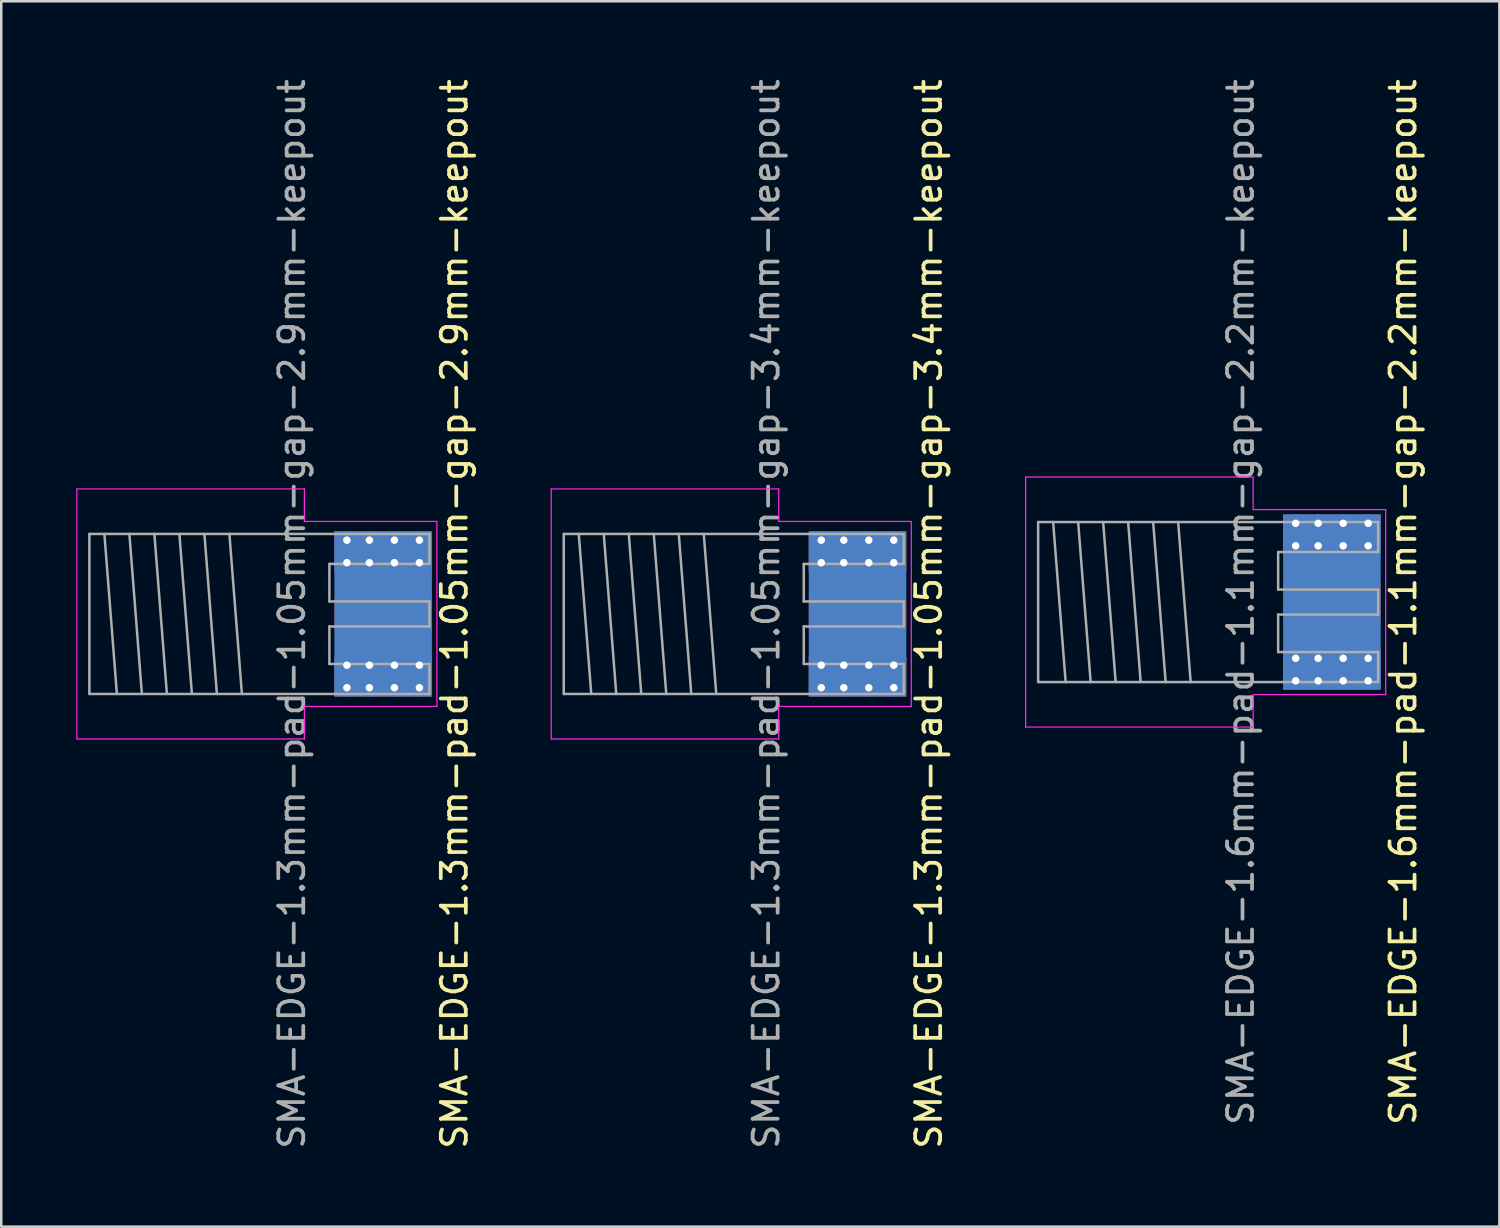
<source format=kicad_pcb>
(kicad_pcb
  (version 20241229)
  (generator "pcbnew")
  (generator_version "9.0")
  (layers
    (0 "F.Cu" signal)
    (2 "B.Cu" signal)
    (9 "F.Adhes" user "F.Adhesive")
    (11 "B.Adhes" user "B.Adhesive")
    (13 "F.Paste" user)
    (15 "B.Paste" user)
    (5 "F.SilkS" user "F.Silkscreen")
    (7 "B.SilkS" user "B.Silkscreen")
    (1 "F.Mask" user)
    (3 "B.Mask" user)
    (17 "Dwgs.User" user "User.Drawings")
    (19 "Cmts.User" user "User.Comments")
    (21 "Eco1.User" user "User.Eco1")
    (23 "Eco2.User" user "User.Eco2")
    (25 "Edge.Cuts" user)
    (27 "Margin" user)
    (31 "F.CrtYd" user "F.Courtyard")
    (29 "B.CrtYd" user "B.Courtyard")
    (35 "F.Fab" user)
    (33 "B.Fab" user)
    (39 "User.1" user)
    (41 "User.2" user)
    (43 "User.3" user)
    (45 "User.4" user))
  (footprint "SMA-EDGE-1.6mm-pad-1.1mm-gap-2.2mm-keepout"
    (layer "F.Cu")
    (at 48.072 21.03)
    (property "Reference" "SMA-EDGE-1.6mm-pad-1.1mm-gap-2.2mm-keepout" (at 5 0 90) (layer "F.SilkS") (effects (font (size 1 1) (thickness 0.15))))
    (attr through_hole)
    (fp_line (start -10.1 -5) (end -10.1 5) (stroke (width 0.05) (type solid)) (layer "F.CrtYd"))
    (fp_line (start -10.1 -5) (end -1 -5) (stroke (width 0.05) (type solid)) (layer "F.CrtYd"))
    (fp_line (start -10.1 5) (end -1 5) (stroke (width 0.05) (type solid)) (layer "F.CrtYd"))
    (fp_line (start -1 -5) (end -1 -3.7) (stroke (width 0.05) (type solid)) (layer "F.CrtYd"))
    (fp_line (start -1 3.7) (end 4.3 3.7) (stroke (width 0.05) (type solid)) (layer "F.CrtYd"))
    (fp_line (start -1 5) (end -1 3.7) (stroke (width 0.05) (type solid)) (layer "F.CrtYd"))
    (fp_line (start 4.3 -3.7) (end -1 -3.7) (stroke (width 0.05) (type solid)) (layer "F.CrtYd"))
    (fp_line (start 4.3 3.7) (end 4.3 -3.7) (stroke (width 0.05) (type solid)) (layer "F.CrtYd"))
    (fp_line (start -9.6 -3.2) (end 4 -3.2) (stroke (width 0.1) (type solid)) (layer "F.Fab"))
    (fp_line (start -9.6 3.2) (end -9.6 -3.2) (stroke (width 0.1) (type solid)) (layer "F.Fab"))
    (fp_line (start -9.6 3.2) (end 4 3.2) (stroke (width 0.1) (type solid)) (layer "F.Fab"))
    (fp_line (start -9 -3.2) (end -8.5 3.2) (stroke (width 0.1) (type solid)) (layer "F.Fab"))
    (fp_line (start -8 -3.2) (end -7.5 3.2) (stroke (width 0.1) (type solid)) (layer "F.Fab"))
    (fp_line (start -7 -3.2) (end -6.5 3.2) (stroke (width 0.1) (type solid)) (layer "F.Fab"))
    (fp_line (start -6 -3.2) (end -5.5 3.2) (stroke (width 0.1) (type solid)) (layer "F.Fab"))
    (fp_line (start -5 -3.2) (end -4.5 3.2) (stroke (width 0.1) (type solid)) (layer "F.Fab"))
    (fp_line (start -4 -3.2) (end -3.5 3.2) (stroke (width 0.1) (type solid)) (layer "F.Fab"))
    (fp_line (start 0 -2) (end 4 -2) (stroke (width 0.1) (type solid)) (layer "F.Fab"))
    (fp_line (start 0 -0.5) (end 0 -2) (stroke (width 0.1) (type solid)) (layer "F.Fab"))
    (fp_line (start 0 0.5) (end 4 0.5) (stroke (width 0.1) (type solid)) (layer "F.Fab"))
    (fp_line (start 0 2) (end 0 0.5) (stroke (width 0.1) (type solid)) (layer "F.Fab"))
    (fp_line (start 4 -2) (end 4 -3.2) (stroke (width 0.1) (type solid)) (layer "F.Fab"))
    (fp_line (start 4 -0.5) (end 0 -0.5) (stroke (width 0.1) (type solid)) (layer "F.Fab"))
    (fp_line (start 4 0.5) (end 4 -0.5) (stroke (width 0.1) (type solid)) (layer "F.Fab"))
    (fp_line (start 4 2) (end 0 2) (stroke (width 0.1) (type solid)) (layer "F.Fab"))
    (fp_line (start 4 3.2) (end 4 2) (stroke (width 0.1) (type solid)) (layer "F.Fab"))
    (fp_text user "${REFERENCE}" (at -1.5 0 90) (layer "F.Fab") (effects (font (size 1 1) (thickness 0.15))))
    (pad "1" smd rect (at 2.15 0) (size 3.9 1.6) (layers "F.Cu" "F.Mask"))
    (pad "2" thru_hole circle (at 0.7 -3.15) (size 0.7 0.7) (drill 0.3) (layers "*.Cu" "*.Mask"))
    (pad "2" thru_hole circle (at 0.7 -2.25) (size 0.7 0.7) (drill 0.3) (layers "*.Cu" "*.Mask"))
    (pad "2" thru_hole circle (at 0.7 2.25) (size 0.7 0.7) (drill 0.3) (layers "*.Cu" "*.Mask"))
    (pad "2" thru_hole circle (at 0.7 3.15) (size 0.7 0.7) (drill 0.3) (layers "*.Cu" "*.Mask"))
    (pad "2" thru_hole circle (at 1.6 -3.15) (size 0.7 0.7) (drill 0.3) (layers "*.Cu" "*.Mask"))
    (pad "2" thru_hole circle (at 1.6 -2.25) (size 0.7 0.7) (drill 0.3) (layers "*.Cu" "*.Mask"))
    (pad "2" thru_hole circle (at 1.6 2.25) (size 0.7 0.7) (drill 0.3) (layers "*.Cu" "*.Mask"))
    (pad "2" thru_hole circle (at 1.6 3.15) (size 0.7 0.7) (drill 0.3) (layers "*.Cu" "*.Mask"))
    (pad "2" smd rect (at 2.15 -2.7) (size 3.9 1.6) (layers "F.Cu" "F.Mask"))
    (pad "2" smd rect (at 2.15 -2.7) (size 3.9 1.6) (layers "B.Cu" "B.Mask"))
    (pad "2" smd rect (at 2.15 0) (size 3.9 7) (layers "B.Cu"))
    (pad "2" smd rect (at 2.15 2.7) (size 3.9 1.6) (layers "F.Cu" "F.Mask"))
    (pad "2" smd rect (at 2.15 2.7) (size 3.9 1.6) (layers "B.Cu" "B.Mask"))
    (pad "2" thru_hole circle (at 2.6 -3.15) (size 0.7 0.7) (drill 0.3) (layers "*.Cu" "*.Mask"))
    (pad "2" thru_hole circle (at 2.6 -2.25) (size 0.7 0.7) (drill 0.3) (layers "*.Cu" "*.Mask"))
    (pad "2" thru_hole circle (at 2.6 2.25) (size 0.7 0.7) (drill 0.3) (layers "*.Cu" "*.Mask"))
    (pad "2" thru_hole circle (at 2.6 3.15) (size 0.7 0.7) (drill 0.3) (layers "*.Cu" "*.Mask"))
    (pad "2" thru_hole circle (at 3.6 -3.15) (size 0.7 0.7) (drill 0.3) (layers "*.Cu" "*.Mask"))
    (pad "2" thru_hole circle (at 3.6 -2.25) (size 0.7 0.7) (drill 0.3) (layers "*.Cu" "*.Mask"))
    (pad "2" thru_hole circle (at 3.6 2.25) (size 0.7 0.7) (drill 0.3) (layers "*.Cu" "*.Mask"))
    (pad "2" thru_hole circle (at 3.6 3.15) (size 0.7 0.7) (drill 0.3) (layers "*.Cu" "*.Mask"))
    (zone (net_name "") (layer "In1.Cu") (name "SMA keepout") (hatch edge 0.508) (connect_pads) (min_thickness 0.254) (filled_areas_thickness no) (keepout (tracks not_allowed) (vias not_allowed) (pads not_allowed) (copperpour not_allowed) (footprints not_allowed)) (placement (enabled no)) (fill) (polygon (pts (xy 52.172 22.13) (xy 48.072 22.13) (xy 48.072 19.93) (xy 52.172 19.93)))))
  (footprint "SMA-EDGE-1.3mm-pad-1.05mm-gap-2.9mm-keepout"
    (layer "F.Cu")
    (at 10.125 21.506)
    (property "Reference" "SMA-EDGE-1.3mm-pad-1.05mm-gap-2.9mm-keepout" (at 5 0 90) (layer "F.SilkS") (effects (font (size 1 1) (thickness 0.15))))
    (attr through_hole)
    (fp_line (start -10.1 -5) (end -10.1 5) (stroke (width 0.05) (type solid)) (layer "F.CrtYd"))
    (fp_line (start -10.1 -5) (end -1 -5) (stroke (width 0.05) (type solid)) (layer "F.CrtYd"))
    (fp_line (start -10.1 5) (end -1 5) (stroke (width 0.05) (type solid)) (layer "F.CrtYd"))
    (fp_line (start -1 -5) (end -1 -3.7) (stroke (width 0.05) (type solid)) (layer "F.CrtYd"))
    (fp_line (start -1 3.7) (end 4.3 3.7) (stroke (width 0.05) (type solid)) (layer "F.CrtYd"))
    (fp_line (start -1 5) (end -1 3.7) (stroke (width 0.05) (type solid)) (layer "F.CrtYd"))
    (fp_line (start 4.3 -3.7) (end -1 -3.7) (stroke (width 0.05) (type solid)) (layer "F.CrtYd"))
    (fp_line (start 4.3 3.7) (end 4.3 -3.7) (stroke (width 0.05) (type solid)) (layer "F.CrtYd"))
    (fp_line (start -9.6 -3.2) (end 4 -3.2) (stroke (width 0.1) (type solid)) (layer "F.Fab"))
    (fp_line (start -9.6 3.2) (end -9.6 -3.2) (stroke (width 0.1) (type solid)) (layer "F.Fab"))
    (fp_line (start -9.6 3.2) (end 4 3.2) (stroke (width 0.1) (type solid)) (layer "F.Fab"))
    (fp_line (start -9 -3.2) (end -8.5 3.2) (stroke (width 0.1) (type solid)) (layer "F.Fab"))
    (fp_line (start -8 -3.2) (end -7.5 3.2) (stroke (width 0.1) (type solid)) (layer "F.Fab"))
    (fp_line (start -7 -3.2) (end -6.5 3.2) (stroke (width 0.1) (type solid)) (layer "F.Fab"))
    (fp_line (start -6 -3.2) (end -5.5 3.2) (stroke (width 0.1) (type solid)) (layer "F.Fab"))
    (fp_line (start -5 -3.2) (end -4.5 3.2) (stroke (width 0.1) (type solid)) (layer "F.Fab"))
    (fp_line (start -4 -3.2) (end -3.5 3.2) (stroke (width 0.1) (type solid)) (layer "F.Fab"))
    (fp_line (start 0 -2) (end 4 -2) (stroke (width 0.1) (type solid)) (layer "F.Fab"))
    (fp_line (start 0 -0.5) (end 0 -2) (stroke (width 0.1) (type solid)) (layer "F.Fab"))
    (fp_line (start 0 0.5) (end 4 0.5) (stroke (width 0.1) (type solid)) (layer "F.Fab"))
    (fp_line (start 0 2) (end 0 0.5) (stroke (width 0.1) (type solid)) (layer "F.Fab"))
    (fp_line (start 4 -2) (end 4 -3.2) (stroke (width 0.1) (type solid)) (layer "F.Fab"))
    (fp_line (start 4 -0.5) (end 0 -0.5) (stroke (width 0.1) (type solid)) (layer "F.Fab"))
    (fp_line (start 4 0.5) (end 4 -0.5) (stroke (width 0.1) (type solid)) (layer "F.Fab"))
    (fp_line (start 4 2) (end 0 2) (stroke (width 0.1) (type solid)) (layer "F.Fab"))
    (fp_line (start 4 3.2) (end 4 2) (stroke (width 0.1) (type solid)) (layer "F.Fab"))
    (fp_text user "${REFERENCE}" (at -1.5 0 90) (layer "F.Fab") (effects (font (size 1 1) (thickness 0.15))))
    (pad "1" smd rect (at 2.15 0) (size 3.9 1.3) (layers "F.Cu" "F.Mask"))
    (pad "2" thru_hole circle (at 0.7 -2.95) (size 0.7 0.7) (drill 0.3) (layers "*.Cu" "*.Mask"))
    (pad "2" thru_hole circle (at 0.7 -2.05) (size 0.7 0.7) (drill 0.3) (layers "*.Cu" "*.Mask"))
    (pad "2" thru_hole circle (at 0.7 2.05) (size 0.7 0.7) (drill 0.3) (layers "*.Cu" "*.Mask"))
    (pad "2" thru_hole circle (at 0.7 2.95) (size 0.7 0.7) (drill 0.3) (layers "*.Cu" "*.Mask"))
    (pad "2" thru_hole circle (at 1.6 -2.95) (size 0.7 0.7) (drill 0.3) (layers "*.Cu" "*.Mask"))
    (pad "2" thru_hole circle (at 1.6 -2.05) (size 0.7 0.7) (drill 0.3) (layers "*.Cu" "*.Mask"))
    (pad "2" thru_hole circle (at 1.6 2.05) (size 0.7 0.7) (drill 0.3) (layers "*.Cu" "*.Mask"))
    (pad "2" thru_hole circle (at 1.6 2.95) (size 0.7 0.7) (drill 0.3) (layers "*.Cu" "*.Mask"))
    (pad "2" smd rect (at 2.15 -2.5) (size 3.9 1.6) (layers "F.Cu" "F.Mask"))
    (pad "2" smd rect (at 2.15 -2.5) (size 3.9 1.6) (layers "B.Cu" "B.Mask"))
    (pad "2" smd rect (at 2.15 0) (size 3.9 6.6) (layers "B.Cu"))
    (pad "2" smd rect (at 2.15 2.5) (size 3.9 1.6) (layers "F.Cu" "F.Mask"))
    (pad "2" smd rect (at 2.15 2.5) (size 3.9 1.6) (layers "B.Cu" "B.Mask"))
    (pad "2" thru_hole circle (at 2.6 -2.95) (size 0.7 0.7) (drill 0.3) (layers "*.Cu" "*.Mask"))
    (pad "2" thru_hole circle (at 2.6 -2.05) (size 0.7 0.7) (drill 0.3) (layers "*.Cu" "*.Mask"))
    (pad "2" thru_hole circle (at 2.6 2.05) (size 0.7 0.7) (drill 0.3) (layers "*.Cu" "*.Mask"))
    (pad "2" thru_hole circle (at 2.6 2.95) (size 0.7 0.7) (drill 0.3) (layers "*.Cu" "*.Mask"))
    (pad "2" thru_hole circle (at 3.6 -2.95) (size 0.7 0.7) (drill 0.3) (layers "*.Cu" "*.Mask"))
    (pad "2" thru_hole circle (at 3.6 -2.05) (size 0.7 0.7) (drill 0.3) (layers "*.Cu" "*.Mask"))
    (pad "2" thru_hole circle (at 3.6 2.05) (size 0.7 0.7) (drill 0.3) (layers "*.Cu" "*.Mask"))
    (pad "2" thru_hole circle (at 3.6 2.95) (size 0.7 0.7) (drill 0.3) (layers "*.Cu" "*.Mask"))
    (zone (net_name "") (layer "In1.Cu") (name "SMA keepout") (hatch edge 0.508) (connect_pads) (min_thickness 0.254) (filled_areas_thickness no) (keepout (tracks not_allowed) (vias not_allowed) (pads not_allowed) (copperpour not_allowed) (footprints not_allowed)) (placement (enabled no)) (fill) (polygon (pts (xy 14.225 22.956) (xy 10.125 22.956) (xy 10.125 20.056) (xy 14.225 20.056)))))
  (footprint "SMA-EDGE-1.3mm-pad-1.05mm-gap-3.4mm-keepout"
    (layer "F.Cu")
    (at 29.098 21.506)
    (property "Reference" "SMA-EDGE-1.3mm-pad-1.05mm-gap-3.4mm-keepout" (at 5 0 90) (layer "F.SilkS") (effects (font (size 1 1) (thickness 0.15))))
    (attr through_hole)
    (fp_line (start -10.1 -5) (end -10.1 5) (stroke (width 0.05) (type solid)) (layer "F.CrtYd"))
    (fp_line (start -10.1 -5) (end -1 -5) (stroke (width 0.05) (type solid)) (layer "F.CrtYd"))
    (fp_line (start -10.1 5) (end -1 5) (stroke (width 0.05) (type solid)) (layer "F.CrtYd"))
    (fp_line (start -1 -5) (end -1 -3.7) (stroke (width 0.05) (type solid)) (layer "F.CrtYd"))
    (fp_line (start -1 3.7) (end 4.3 3.7) (stroke (width 0.05) (type solid)) (layer "F.CrtYd"))
    (fp_line (start -1 5) (end -1 3.7) (stroke (width 0.05) (type solid)) (layer "F.CrtYd"))
    (fp_line (start 4.3 -3.7) (end -1 -3.7) (stroke (width 0.05) (type solid)) (layer "F.CrtYd"))
    (fp_line (start 4.3 3.7) (end 4.3 -3.7) (stroke (width 0.05) (type solid)) (layer "F.CrtYd"))
    (fp_line (start -9.6 -3.2) (end 4 -3.2) (stroke (width 0.1) (type solid)) (layer "F.Fab"))
    (fp_line (start -9.6 3.2) (end -9.6 -3.2) (stroke (width 0.1) (type solid)) (layer "F.Fab"))
    (fp_line (start -9.6 3.2) (end 4 3.2) (stroke (width 0.1) (type solid)) (layer "F.Fab"))
    (fp_line (start -9 -3.2) (end -8.5 3.2) (stroke (width 0.1) (type solid)) (layer "F.Fab"))
    (fp_line (start -8 -3.2) (end -7.5 3.2) (stroke (width 0.1) (type solid)) (layer "F.Fab"))
    (fp_line (start -7 -3.2) (end -6.5 3.2) (stroke (width 0.1) (type solid)) (layer "F.Fab"))
    (fp_line (start -6 -3.2) (end -5.5 3.2) (stroke (width 0.1) (type solid)) (layer "F.Fab"))
    (fp_line (start -5 -3.2) (end -4.5 3.2) (stroke (width 0.1) (type solid)) (layer "F.Fab"))
    (fp_line (start -4 -3.2) (end -3.5 3.2) (stroke (width 0.1) (type solid)) (layer "F.Fab"))
    (fp_line (start 0 -2) (end 4 -2) (stroke (width 0.1) (type solid)) (layer "F.Fab"))
    (fp_line (start 0 -0.5) (end 0 -2) (stroke (width 0.1) (type solid)) (layer "F.Fab"))
    (fp_line (start 0 0.5) (end 4 0.5) (stroke (width 0.1) (type solid)) (layer "F.Fab"))
    (fp_line (start 0 2) (end 0 0.5) (stroke (width 0.1) (type solid)) (layer "F.Fab"))
    (fp_line (start 4 -2) (end 4 -3.2) (stroke (width 0.1) (type solid)) (layer "F.Fab"))
    (fp_line (start 4 -0.5) (end 0 -0.5) (stroke (width 0.1) (type solid)) (layer "F.Fab"))
    (fp_line (start 4 0.5) (end 4 -0.5) (stroke (width 0.1) (type solid)) (layer "F.Fab"))
    (fp_line (start 4 2) (end 0 2) (stroke (width 0.1) (type solid)) (layer "F.Fab"))
    (fp_line (start 4 3.2) (end 4 2) (stroke (width 0.1) (type solid)) (layer "F.Fab"))
    (fp_text user "${REFERENCE}" (at -1.5 0 90) (layer "F.Fab") (effects (font (size 1 1) (thickness 0.15))))
    (pad "1" smd rect (at 2.15 0) (size 3.9 1.3) (layers "F.Cu" "F.Mask"))
    (pad "2" thru_hole circle (at 0.7 -2.95) (size 0.7 0.7) (drill 0.3) (layers "*.Cu" "*.Mask"))
    (pad "2" thru_hole circle (at 0.7 -2.05) (size 0.7 0.7) (drill 0.3) (layers "*.Cu" "*.Mask"))
    (pad "2" thru_hole circle (at 0.7 2.05) (size 0.7 0.7) (drill 0.3) (layers "*.Cu" "*.Mask"))
    (pad "2" thru_hole circle (at 0.7 2.95) (size 0.7 0.7) (drill 0.3) (layers "*.Cu" "*.Mask"))
    (pad "2" thru_hole circle (at 1.6 -2.95) (size 0.7 0.7) (drill 0.3) (layers "*.Cu" "*.Mask"))
    (pad "2" thru_hole circle (at 1.6 -2.05) (size 0.7 0.7) (drill 0.3) (layers "*.Cu" "*.Mask"))
    (pad "2" thru_hole circle (at 1.6 2.05) (size 0.7 0.7) (drill 0.3) (layers "*.Cu" "*.Mask"))
    (pad "2" thru_hole circle (at 1.6 2.95) (size 0.7 0.7) (drill 0.3) (layers "*.Cu" "*.Mask"))
    (pad "2" smd rect (at 2.15 -2.5) (size 3.9 1.6) (layers "F.Cu" "F.Mask"))
    (pad "2" smd rect (at 2.15 -2.5) (size 3.9 1.6) (layers "B.Cu" "B.Mask"))
    (pad "2" smd rect (at 2.15 0) (size 3.9 6.6) (layers "B.Cu"))
    (pad "2" smd rect (at 2.15 2.5) (size 3.9 1.6) (layers "F.Cu" "F.Mask"))
    (pad "2" smd rect (at 2.15 2.5) (size 3.9 1.6) (layers "B.Cu" "B.Mask"))
    (pad "2" thru_hole circle (at 2.6 -2.95) (size 0.7 0.7) (drill 0.3) (layers "*.Cu" "*.Mask"))
    (pad "2" thru_hole circle (at 2.6 -2.05) (size 0.7 0.7) (drill 0.3) (layers "*.Cu" "*.Mask"))
    (pad "2" thru_hole circle (at 2.6 2.05) (size 0.7 0.7) (drill 0.3) (layers "*.Cu" "*.Mask"))
    (pad "2" thru_hole circle (at 2.6 2.95) (size 0.7 0.7) (drill 0.3) (layers "*.Cu" "*.Mask"))
    (pad "2" thru_hole circle (at 3.6 -2.95) (size 0.7 0.7) (drill 0.3) (layers "*.Cu" "*.Mask"))
    (pad "2" thru_hole circle (at 3.6 -2.05) (size 0.7 0.7) (drill 0.3) (layers "*.Cu" "*.Mask"))
    (pad "2" thru_hole circle (at 3.6 2.05) (size 0.7 0.7) (drill 0.3) (layers "*.Cu" "*.Mask"))
    (pad "2" thru_hole circle (at 3.6 2.95) (size 0.7 0.7) (drill 0.3) (layers "*.Cu" "*.Mask"))
    (zone (net_name "") (layer "In1.Cu") (name "SMA keepout") (hatch edge 0.508) (connect_pads) (min_thickness 0.254) (filled_areas_thickness no) (keepout (tracks not_allowed) (vias not_allowed) (pads not_allowed) (copperpour not_allowed) (footprints not_allowed)) (placement (enabled no)) (fill) (polygon (pts (xy 33.198 23.206) (xy 29.098 23.206) (xy 29.098 19.806) (xy 33.198 19.806)))))
  (gr_rect
    (start -3 -3)
    (end 56.92 46.012)
    (stroke (width 0.1) (type default))
    (fill no)
    (layer "Edge.Cuts")))
</source>
